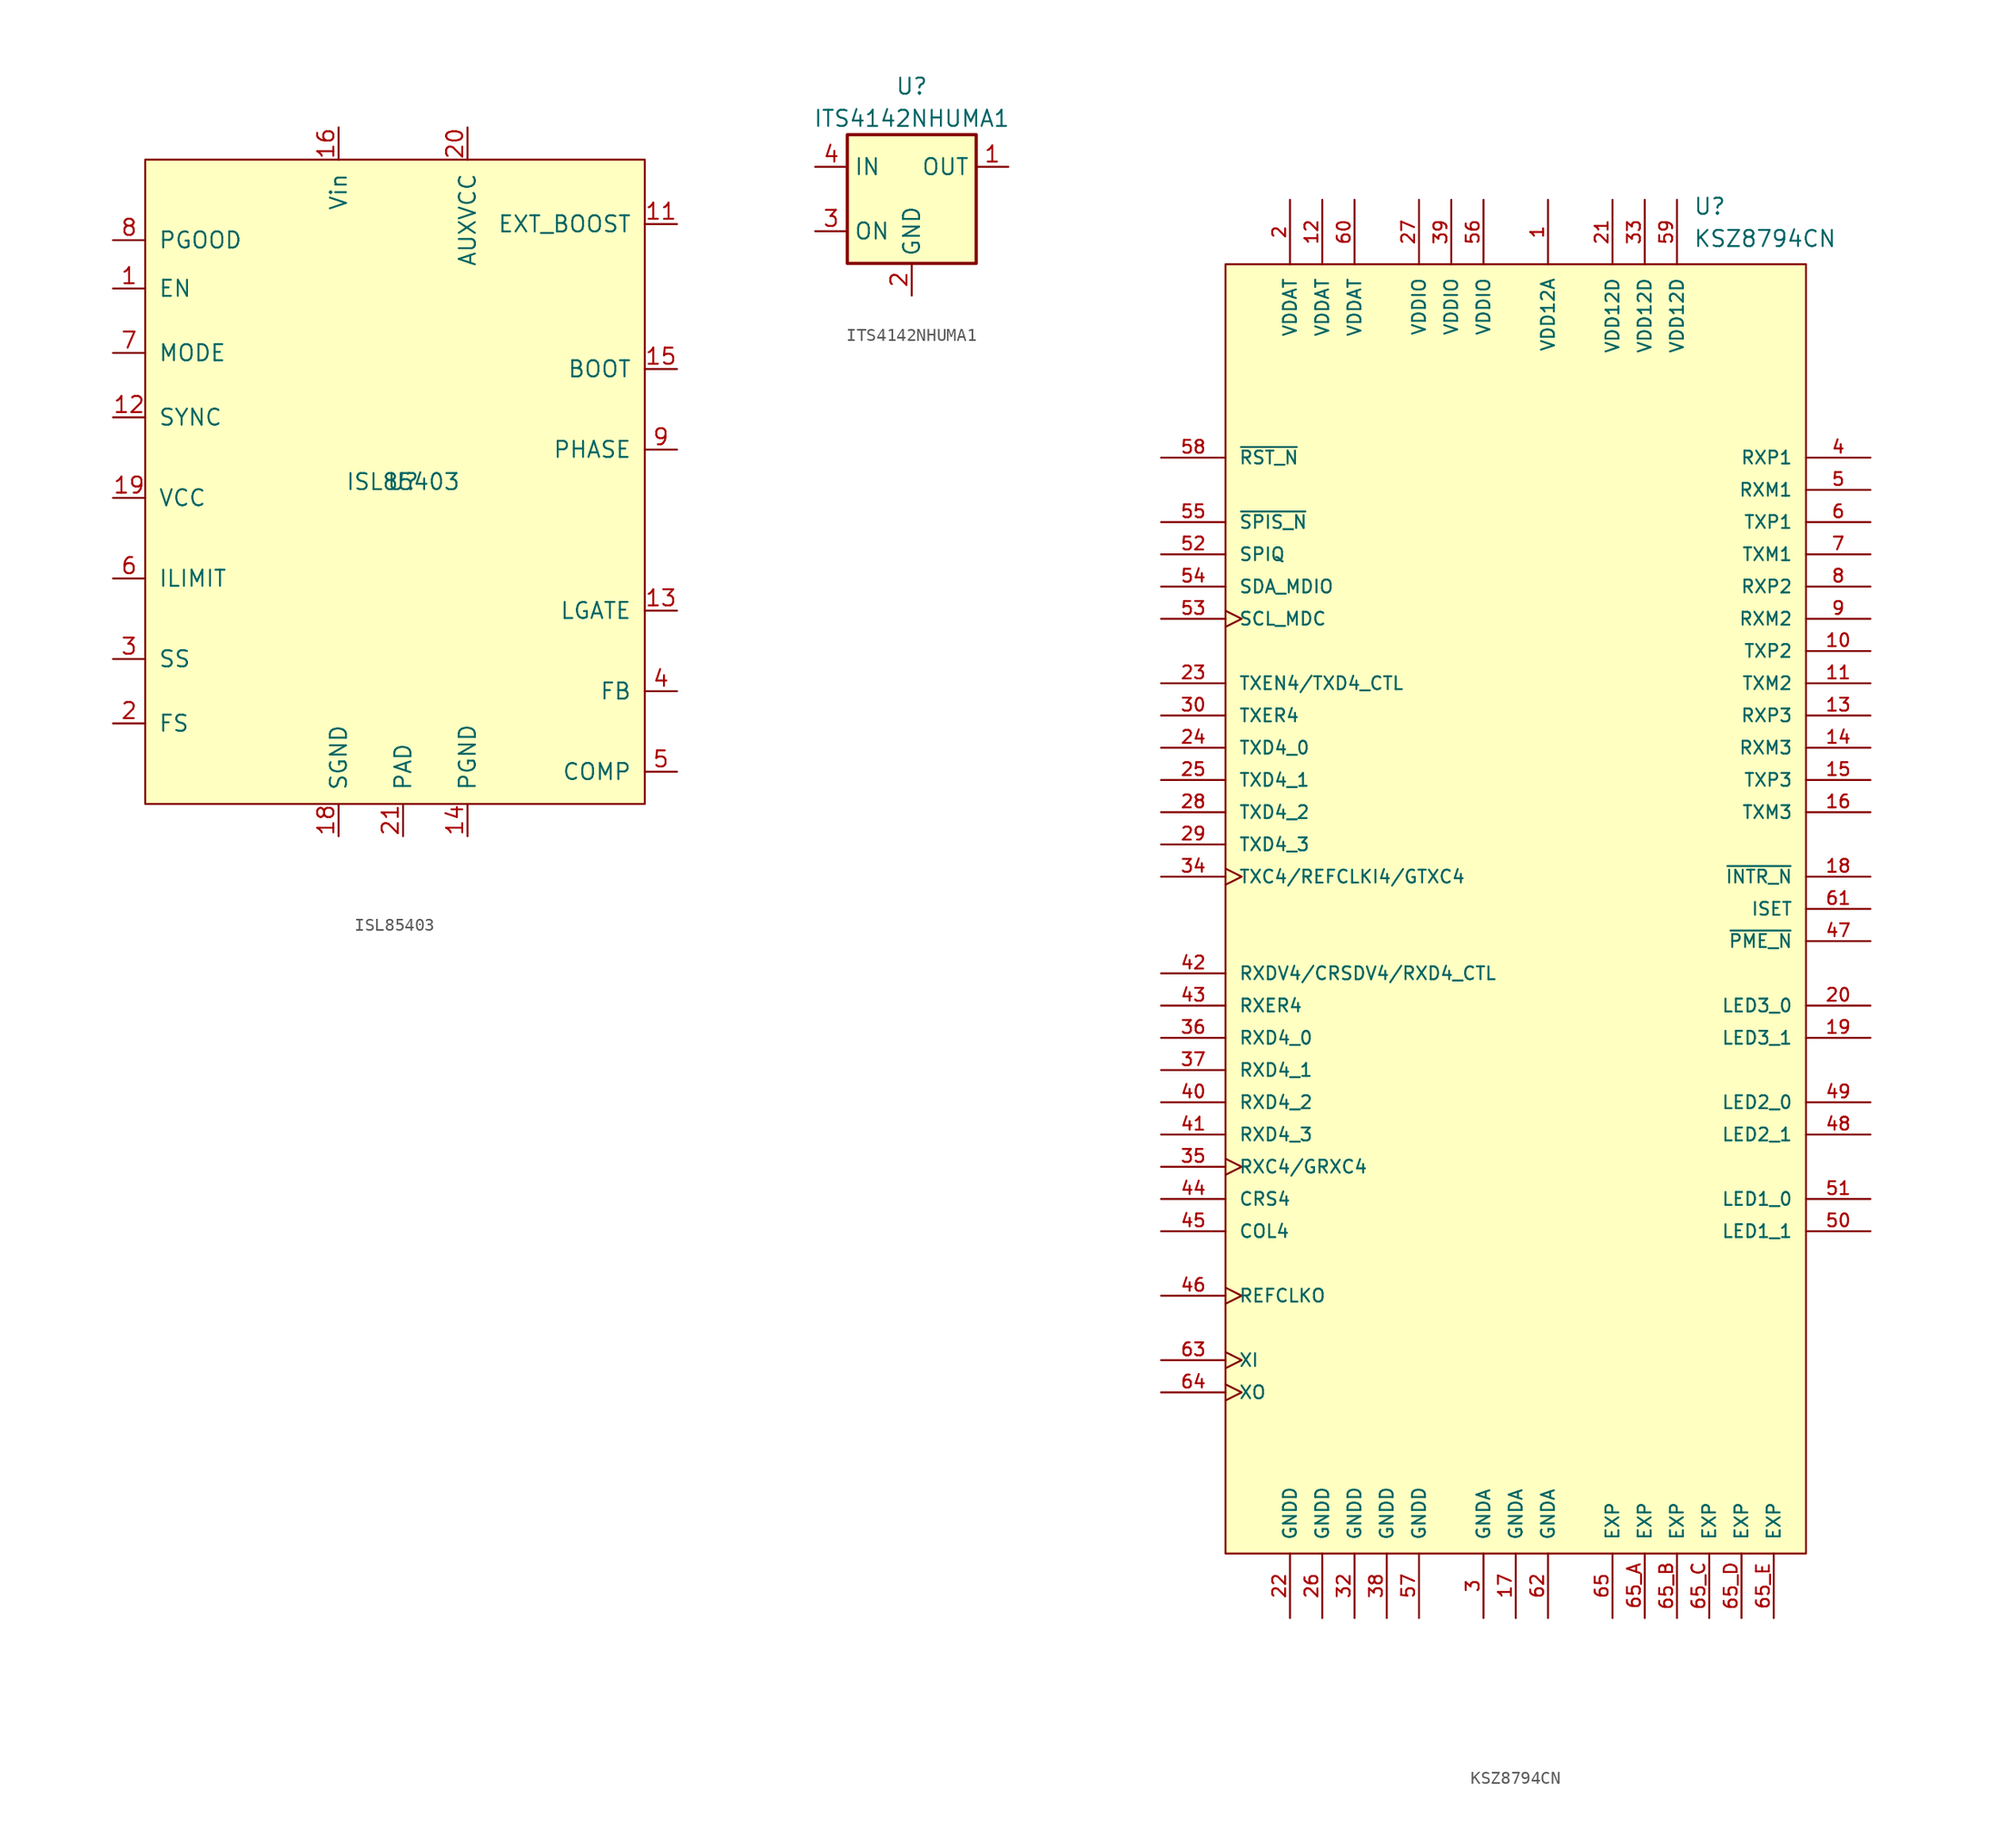
<source format=kicad_sym>
(kicad_symbol_lib
  (version 20220914)
  (generator kicad_symbol_editor)
  (symbol "ISL85403"
    (pin_names
      (offset 1.016))
    (property "Reference" "U"
      (at 0 0 0)
      (effects (font (size 1.27 1.27))))
    (property "Value" "ISL85403"
      (at 0 0 0)
      (effects (font (size 1.27 1.27))))
    (symbol "ISL85403_0_1"
      (rectangle (start 19.05 25.4) (end -20.32 -25.4) (stroke (width 0) (type default)) (fill (type background))))
    (symbol "ISL85403_1_1"
      (pin input line (at -22.86 15.24 0) (length 2.54) (name "EN" (effects (font (size 1.27 1.27)))) (number "1" (effects (font (size 1.27 1.27)))))
      (pin passive line (at 21.59 2.54 180) (length 2.54) hide (name "PHASE" (effects (font (size 1.27 1.27)))) (number "10" (effects (font (size 1.27 1.27)))))
      (pin input line (at 21.59 20.32 180) (length 2.54) (name "EXT_BOOST" (effects (font (size 1.27 1.27)))) (number "11" (effects (font (size 1.27 1.27)))))
      (pin passive line (at -22.86 5.08 0) (length 2.54) (name "SYNC" (effects (font (size 1.27 1.27)))) (number "12" (effects (font (size 1.27 1.27)))))
      (pin output line (at 21.59 -10.16 180) (length 2.54) (name "LGATE" (effects (font (size 1.27 1.27)))) (number "13" (effects (font (size 1.27 1.27)))))
      (pin power_in line (at 5.08 -27.94 90) (length 2.54) (name "PGND" (effects (font (size 1.27 1.27)))) (number "14" (effects (font (size 1.27 1.27)))))
      (pin output line (at 21.59 8.89 180) (length 2.54) (name "BOOT" (effects (font (size 1.27 1.27)))) (number "15" (effects (font (size 1.27 1.27)))))
      (pin power_in line (at -5.08 27.94 270) (length 2.54) (name "Vin" (effects (font (size 1.27 1.27)))) (number "16" (effects (font (size 1.27 1.27)))))
      (pin power_in line (at -5.08 27.94 270) (length 2.54) hide (name "Vin" (effects (font (size 1.27 1.27)))) (number "17" (effects (font (size 1.27 1.27)))))
      (pin power_in line (at -5.08 -27.94 90) (length 2.54) (name "SGND" (effects (font (size 1.27 1.27)))) (number "18" (effects (font (size 1.27 1.27)))))
      (pin power_out line (at -22.86 -1.27 0) (length 2.54) (name "VCC" (effects (font (size 1.27 1.27)))) (number "19" (effects (font (size 1.27 1.27)))))
      (pin input line (at -22.86 -19.05 0) (length 2.54) (name "FS" (effects (font (size 1.27 1.27)))) (number "2" (effects (font (size 1.27 1.27)))))
      (pin passive line (at 5.08 27.94 270) (length 2.54) (name "AUXVCC" (effects (font (size 1.27 1.27)))) (number "20" (effects (font (size 1.27 1.27)))))
      (pin power_in line (at 0 -27.94 90) (length 2.54) (name "PAD" (effects (font (size 1.27 1.27)))) (number "21" (effects (font (size 1.27 1.27)))))
      (pin passive line (at -22.86 -13.97 0) (length 2.54) (name "SS" (effects (font (size 1.27 1.27)))) (number "3" (effects (font (size 1.27 1.27)))))
      (pin input line (at 21.59 -16.51 180) (length 2.54) (name "FB" (effects (font (size 1.27 1.27)))) (number "4" (effects (font (size 1.27 1.27)))))
      (pin output line (at 21.59 -22.86 180) (length 2.54) (name "COMP" (effects (font (size 1.27 1.27)))) (number "5" (effects (font (size 1.27 1.27)))))
      (pin input line (at -22.86 -7.62 0) (length 2.54) (name "ILIMIT" (effects (font (size 1.27 1.27)))) (number "6" (effects (font (size 1.27 1.27)))))
      (pin input line (at -22.86 10.16 0) (length 2.54) (name "MODE" (effects (font (size 1.27 1.27)))) (number "7" (effects (font (size 1.27 1.27)))))
      (pin open_collector line (at -22.86 19.05 0) (length 2.54) (name "PGOOD" (effects (font (size 1.27 1.27)))) (number "8" (effects (font (size 1.27 1.27)))))
      (pin power_out line (at 21.59 2.54 180) (length 2.54) (name "PHASE" (effects (font (size 1.27 1.27)))) (number "9" (effects (font (size 1.27 1.27)))))))
  (symbol "ITS4142NHUMA1"
    (property "Reference" "U"
      (at 0 8.89 0)
      (effects (font (size 1.27 1.27))))
    (property "Value" "ITS4142NHUMA1"
      (at 0 6.35 0)
      (effects (font (size 1.27 1.27))))
    (symbol "ITS4142NHUMA1_0_1"
      (rectangle (start -5.08 5.08) (end 5.08 -5.08) (stroke (width 0.254) (type default)) (fill (type background))))
    (symbol "ITS4142NHUMA1_1_1"
      (pin passive line (at 7.62 2.54 180) (length 2.54) (name "OUT" (effects (font (size 1.27 1.27)))) (number "1" (effects (font (size 1.27 1.27)))))
      (pin power_in line (at 0 -7.62 90) (length 2.54) (name "GND" (effects (font (size 1.27 1.27)))) (number "2" (effects (font (size 1.27 1.27)))))
      (pin input line (at -7.62 -2.54 0) (length 2.54) (name "ON" (effects (font (size 1.27 1.27)))) (number "3" (effects (font (size 1.27 1.27)))))
      (pin passive line (at -7.62 2.54 0) (length 2.54) (name "IN" (effects (font (size 1.27 1.27)))) (number "4" (effects (font (size 1.27 1.27)))))))
  (symbol "KSZ8794CN"
    (pin_names
      (offset 1.016))
    (property "Reference" "U"
      (at 13.97 54.61 0)
      (effects (font (size 1.27 1.27)) (justify left bottom)))
    (property "Value" "KSZ8794CN"
      (at 13.97 52.07 0)
      (effects (font (size 1.27 1.27)) (justify left bottom)))
    (symbol "KSZ8794CN_0_0"
      (rectangle (start -22.86 -50.8) (end 22.86 50.8) (stroke (width 0.152) (type default)) (fill (type background)))
      (pin power_in line (at 2.54 55.88 270) (length 5.08) (name "VDD12A" (effects (font (size 1.016 1.016)))) (number "1" (effects (font (size 1.016 1.016)))))
      (pin output line (at 27.94 20.32 180) (length 5.08) (name "TXP2" (effects (font (size 1.016 1.016)))) (number "10" (effects (font (size 1.016 1.016)))))
      (pin output line (at 27.94 17.78 180) (length 5.08) (name "TXM2" (effects (font (size 1.016 1.016)))) (number "11" (effects (font (size 1.016 1.016)))))
      (pin power_in line (at -15.24 55.88 270) (length 5.08) (name "VDDAT" (effects (font (size 1.016 1.016)))) (number "12" (effects (font (size 1.016 1.016)))))
      (pin input line (at 27.94 15.24 180) (length 5.08) (name "RXP3" (effects (font (size 1.016 1.016)))) (number "13" (effects (font (size 1.016 1.016)))))
      (pin input line (at 27.94 12.7 180) (length 5.08) (name "RXM3" (effects (font (size 1.016 1.016)))) (number "14" (effects (font (size 1.016 1.016)))))
      (pin output line (at 27.94 10.16 180) (length 5.08) (name "TXP3" (effects (font (size 1.016 1.016)))) (number "15" (effects (font (size 1.016 1.016)))))
      (pin output line (at 27.94 7.62 180) (length 5.08) (name "TXM3" (effects (font (size 1.016 1.016)))) (number "16" (effects (font (size 1.016 1.016)))))
      (pin power_in line (at 0 -55.88 90) (length 5.08) (name "GNDA" (effects (font (size 1.016 1.016)))) (number "17" (effects (font (size 1.016 1.016)))))
      (pin output line (at 27.94 2.54 180) (length 5.08) (name "~{INTR_N}" (effects (font (size 1.016 1.016)))) (number "18" (effects (font (size 1.016 1.016)))))
      (pin output line (at 27.94 -10.16 180) (length 5.08) (name "LED3_1" (effects (font (size 1.016 1.016)))) (number "19" (effects (font (size 1.016 1.016)))))
      (pin power_in line (at -17.78 55.88 270) (length 5.08) (name "VDDAT" (effects (font (size 1.016 1.016)))) (number "2" (effects (font (size 1.016 1.016)))))
      (pin output line (at 27.94 -7.62 180) (length 5.08) (name "LED3_0" (effects (font (size 1.016 1.016)))) (number "20" (effects (font (size 1.016 1.016)))))
      (pin power_in line (at 7.62 55.88 270) (length 5.08) (name "VDD12D" (effects (font (size 1.016 1.016)))) (number "21" (effects (font (size 1.016 1.016)))))
      (pin power_in line (at -17.78 -55.88 90) (length 5.08) (name "GNDD" (effects (font (size 1.016 1.016)))) (number "22" (effects (font (size 1.016 1.016)))))
      (pin input line (at -27.94 17.78 0) (length 5.08) (name "TXEN4/TXD4_CTL" (effects (font (size 1.016 1.016)))) (number "23" (effects (font (size 1.016 1.016)))))
      (pin input line (at -27.94 12.7 0) (length 5.08) (name "TXD4_0" (effects (font (size 1.016 1.016)))) (number "24" (effects (font (size 1.016 1.016)))))
      (pin input line (at -27.94 10.16 0) (length 5.08) (name "TXD4_1" (effects (font (size 1.016 1.016)))) (number "25" (effects (font (size 1.016 1.016)))))
      (pin power_in line (at -15.24 -55.88 90) (length 5.08) (name "GNDD" (effects (font (size 1.016 1.016)))) (number "26" (effects (font (size 1.016 1.016)))))
      (pin power_in line (at -7.62 55.88 270) (length 5.08) (name "VDDIO" (effects (font (size 1.016 1.016)))) (number "27" (effects (font (size 1.016 1.016)))))
      (pin input line (at -27.94 7.62 0) (length 5.08) (name "TXD4_2" (effects (font (size 1.016 1.016)))) (number "28" (effects (font (size 1.016 1.016)))))
      (pin input line (at -27.94 5.08 0) (length 5.08) (name "TXD4_3" (effects (font (size 1.016 1.016)))) (number "29" (effects (font (size 1.016 1.016)))))
      (pin power_in line (at -2.54 -55.88 90) (length 5.08) (name "GNDA" (effects (font (size 1.016 1.016)))) (number "3" (effects (font (size 1.016 1.016)))))
      (pin input line (at -27.94 15.24 0) (length 5.08) (name "TXER4" (effects (font (size 1.016 1.016)))) (number "30" (effects (font (size 1.016 1.016)))))
      (pin power_in line (at -12.7 -55.88 90) (length 5.08) (name "GNDD" (effects (font (size 1.016 1.016)))) (number "32" (effects (font (size 1.016 1.016)))))
      (pin power_in line (at 10.16 55.88 270) (length 5.08) (name "VDD12D" (effects (font (size 1.016 1.016)))) (number "33" (effects (font (size 1.016 1.016)))))
      (pin bidirectional clock (at -27.94 2.54 0) (length 5.08) (name "TXC4/REFCLKI4/GTXC4" (effects (font (size 1.016 1.016)))) (number "34" (effects (font (size 1.016 1.016)))))
      (pin bidirectional clock (at -27.94 -20.32 0) (length 5.08) (name "RXC4/GRXC4" (effects (font (size 1.016 1.016)))) (number "35" (effects (font (size 1.016 1.016)))))
      (pin output line (at -27.94 -10.16 0) (length 5.08) (name "RXD4_0" (effects (font (size 1.016 1.016)))) (number "36" (effects (font (size 1.016 1.016)))))
      (pin output line (at -27.94 -12.7 0) (length 5.08) (name "RXD4_1" (effects (font (size 1.016 1.016)))) (number "37" (effects (font (size 1.016 1.016)))))
      (pin power_in line (at -10.16 -55.88 90) (length 5.08) (name "GNDD" (effects (font (size 1.016 1.016)))) (number "38" (effects (font (size 1.016 1.016)))))
      (pin power_in line (at -5.08 55.88 270) (length 5.08) (name "VDDIO" (effects (font (size 1.016 1.016)))) (number "39" (effects (font (size 1.016 1.016)))))
      (pin input line (at 27.94 35.56 180) (length 5.08) (name "RXP1" (effects (font (size 1.016 1.016)))) (number "4" (effects (font (size 1.016 1.016)))))
      (pin output line (at -27.94 -15.24 0) (length 5.08) (name "RXD4_2" (effects (font (size 1.016 1.016)))) (number "40" (effects (font (size 1.016 1.016)))))
      (pin output line (at -27.94 -17.78 0) (length 5.08) (name "RXD4_3" (effects (font (size 1.016 1.016)))) (number "41" (effects (font (size 1.016 1.016)))))
      (pin output line (at -27.94 -5.08 0) (length 5.08) (name "RXDV4/CRSDV4/RXD4_CTL" (effects (font (size 1.016 1.016)))) (number "42" (effects (font (size 1.016 1.016)))))
      (pin output line (at -27.94 -7.62 0) (length 5.08) (name "RXER4" (effects (font (size 1.016 1.016)))) (number "43" (effects (font (size 1.016 1.016)))))
      (pin output line (at -27.94 -22.86 0) (length 5.08) (name "CRS4" (effects (font (size 1.016 1.016)))) (number "44" (effects (font (size 1.016 1.016)))))
      (pin output line (at -27.94 -25.4 0) (length 5.08) (name "COL4" (effects (font (size 1.016 1.016)))) (number "45" (effects (font (size 1.016 1.016)))))
      (pin output clock (at -27.94 -30.48 0) (length 5.08) (name "REFCLKO" (effects (font (size 1.016 1.016)))) (number "46" (effects (font (size 1.016 1.016)))))
      (pin bidirectional line (at 27.94 -2.54 180) (length 5.08) (name "~{PME_N}" (effects (font (size 1.016 1.016)))) (number "47" (effects (font (size 1.016 1.016)))))
      (pin output line (at 27.94 -17.78 180) (length 5.08) (name "LED2_1" (effects (font (size 1.016 1.016)))) (number "48" (effects (font (size 1.016 1.016)))))
      (pin output line (at 27.94 -15.24 180) (length 5.08) (name "LED2_0" (effects (font (size 1.016 1.016)))) (number "49" (effects (font (size 1.016 1.016)))))
      (pin input line (at 27.94 33.02 180) (length 5.08) (name "RXM1" (effects (font (size 1.016 1.016)))) (number "5" (effects (font (size 1.016 1.016)))))
      (pin output line (at 27.94 -25.4 180) (length 5.08) (name "LED1_1" (effects (font (size 1.016 1.016)))) (number "50" (effects (font (size 1.016 1.016)))))
      (pin output line (at 27.94 -22.86 180) (length 5.08) (name "LED1_0" (effects (font (size 1.016 1.016)))) (number "51" (effects (font (size 1.016 1.016)))))
      (pin output line (at -27.94 27.94 0) (length 5.08) (name "SPIQ" (effects (font (size 1.016 1.016)))) (number "52" (effects (font (size 1.016 1.016)))))
      (pin input clock (at -27.94 22.86 0) (length 5.08) (name "SCL_MDC" (effects (font (size 1.016 1.016)))) (number "53" (effects (font (size 1.016 1.016)))))
      (pin bidirectional line (at -27.94 25.4 0) (length 5.08) (name "SDA_MDIO" (effects (font (size 1.016 1.016)))) (number "54" (effects (font (size 1.016 1.016)))))
      (pin input line (at -27.94 30.48 0) (length 5.08) (name "~{SPIS_N}" (effects (font (size 1.016 1.016)))) (number "55" (effects (font (size 1.016 1.016)))))
      (pin power_in line (at -2.54 55.88 270) (length 5.08) (name "VDDIO" (effects (font (size 1.016 1.016)))) (number "56" (effects (font (size 1.016 1.016)))))
      (pin power_in line (at -7.62 -55.88 90) (length 5.08) (name "GNDD" (effects (font (size 1.016 1.016)))) (number "57" (effects (font (size 1.016 1.016)))))
      (pin bidirectional line (at -27.94 35.56 0) (length 5.08) (name "~{RST_N}" (effects (font (size 1.016 1.016)))) (number "58" (effects (font (size 1.016 1.016)))))
      (pin power_in line (at 12.7 55.88 270) (length 5.08) (name "VDD12D" (effects (font (size 1.016 1.016)))) (number "59" (effects (font (size 1.016 1.016)))))
      (pin output line (at 27.94 30.48 180) (length 5.08) (name "TXP1" (effects (font (size 1.016 1.016)))) (number "6" (effects (font (size 1.016 1.016)))))
      (pin power_in line (at -12.7 55.88 270) (length 5.08) (name "VDDAT" (effects (font (size 1.016 1.016)))) (number "60" (effects (font (size 1.016 1.016)))))
      (pin passive line (at 27.94 0 180) (length 5.08) (name "ISET" (effects (font (size 1.016 1.016)))) (number "61" (effects (font (size 1.016 1.016)))))
      (pin power_in line (at 2.54 -55.88 90) (length 5.08) (name "GNDA" (effects (font (size 1.016 1.016)))) (number "62" (effects (font (size 1.016 1.016)))))
      (pin input clock (at -27.94 -35.56 0) (length 5.08) (name "XI" (effects (font (size 1.016 1.016)))) (number "63" (effects (font (size 1.016 1.016)))))
      (pin output clock (at -27.94 -38.1 0) (length 5.08) (name "XO" (effects (font (size 1.016 1.016)))) (number "64" (effects (font (size 1.016 1.016)))))
      (pin power_in line (at 7.62 -55.88 90) (length 5.08) (name "EXP" (effects (font (size 1.016 1.016)))) (number "65" (effects (font (size 1.016 1.016)))))
      (pin power_in line (at 10.16 -55.88 90) (length 5.08) (name "EXP" (effects (font (size 1.016 1.016)))) (number "65_A" (effects (font (size 1.016 1.016)))))
      (pin power_in line (at 12.7 -55.88 90) (length 5.08) (name "EXP" (effects (font (size 1.016 1.016)))) (number "65_B" (effects (font (size 1.016 1.016)))))
      (pin power_in line (at 15.24 -55.88 90) (length 5.08) (name "EXP" (effects (font (size 1.016 1.016)))) (number "65_C" (effects (font (size 1.016 1.016)))))
      (pin power_in line (at 17.78 -55.88 90) (length 5.08) (name "EXP" (effects (font (size 1.016 1.016)))) (number "65_D" (effects (font (size 1.016 1.016)))))
      (pin power_in line (at 20.32 -55.88 90) (length 5.08) (name "EXP" (effects (font (size 1.016 1.016)))) (number "65_E" (effects (font (size 1.016 1.016)))))
      (pin output line (at 27.94 27.94 180) (length 5.08) (name "TXM1" (effects (font (size 1.016 1.016)))) (number "7" (effects (font (size 1.016 1.016)))))
      (pin input line (at 27.94 25.4 180) (length 5.08) (name "RXP2" (effects (font (size 1.016 1.016)))) (number "8" (effects (font (size 1.016 1.016)))))
      (pin input line (at 27.94 22.86 180) (length 5.08) (name "RXM2" (effects (font (size 1.016 1.016)))) (number "9" (effects (font (size 1.016 1.016))))))))
</source>
